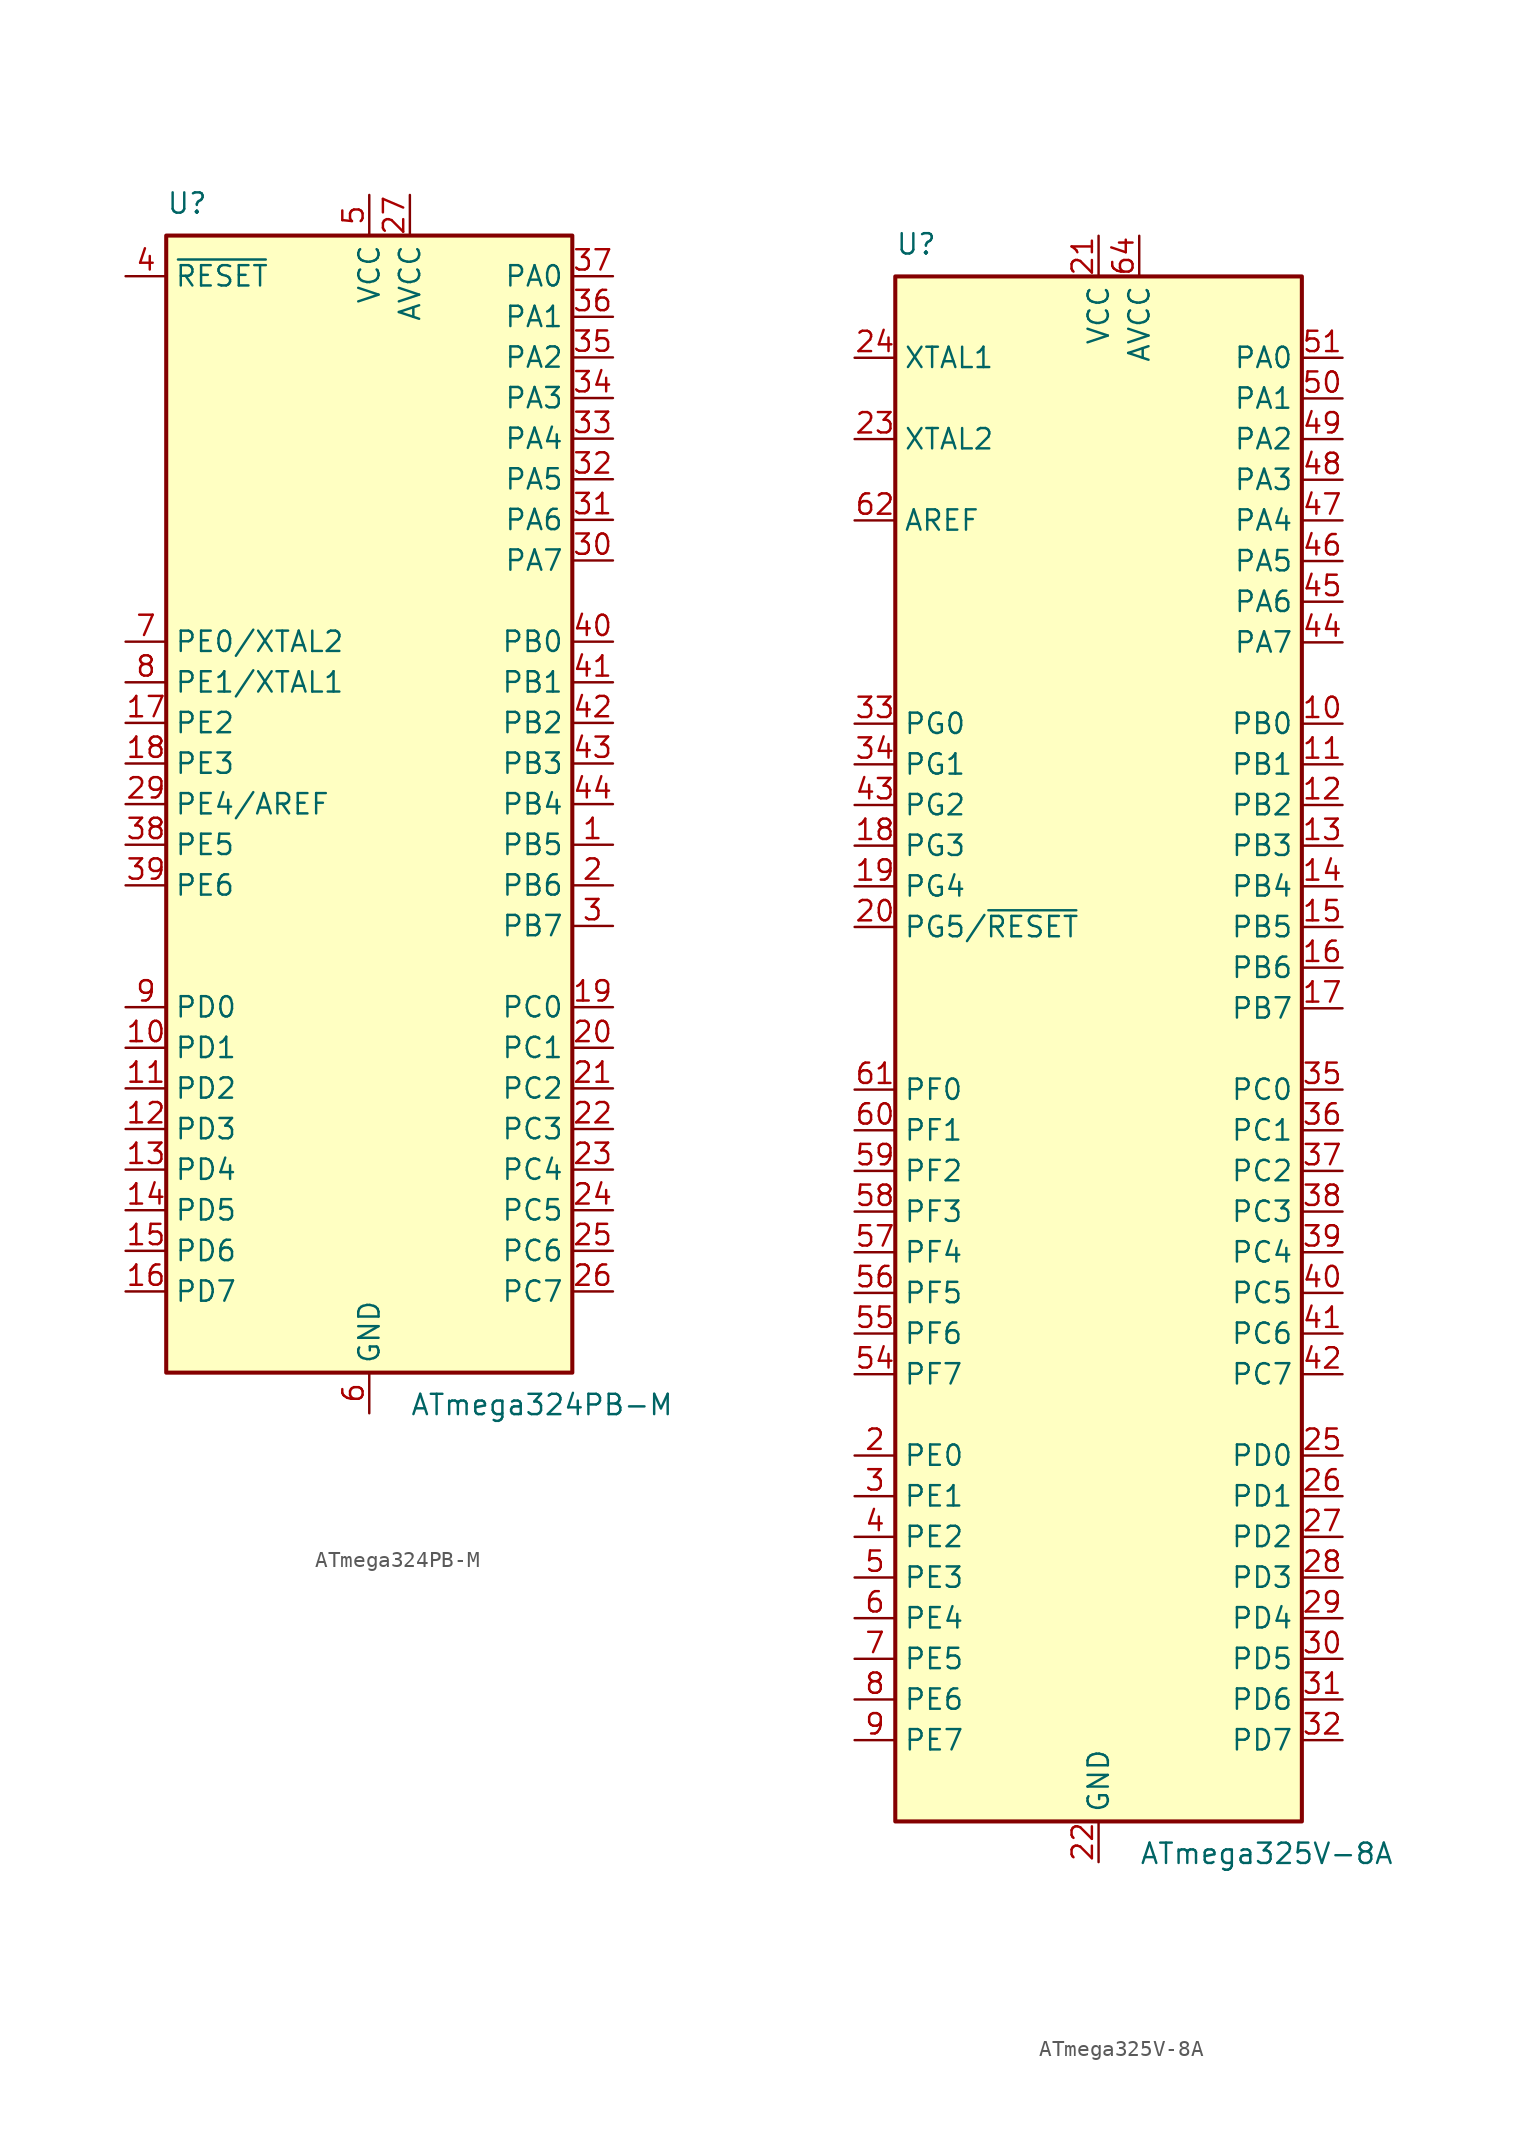
<source format=kicad_sym>
(kicad_symbol_lib
  (version 20201005)
  (generator kicad_symbol_editor)
  (symbol "ATmega324PB-M"
    (property "Reference" "U"
      (at -12.7 36.83 0)
      (effects (font (size 1.27 1.27)) (justify left bottom)))
    (property "Value" "ATmega324PB-M"
      (at 2.54 -36.83 0)
      (effects (font (size 1.27 1.27)) (justify left top)))
    (symbol "ATmega324PB-M_0_1"
      (rectangle (start -12.7 -35.56) (end 12.7 35.56) (stroke (width 0.254)) (fill (type background))))
    (symbol "ATmega324PB-M_1_1"
      (pin bidirectional line (at 15.24 -2.54 180) (length 2.54) (name "PB5" (effects (font (size 1.27 1.27)))) (number "1" (effects (font (size 1.27 1.27)))))
      (pin bidirectional line (at -15.24 -15.24 0) (length 2.54) (name "PD1" (effects (font (size 1.27 1.27)))) (number "10" (effects (font (size 1.27 1.27)))))
      (pin bidirectional line (at -15.24 -17.78 0) (length 2.54) (name "PD2" (effects (font (size 1.27 1.27)))) (number "11" (effects (font (size 1.27 1.27)))))
      (pin bidirectional line (at -15.24 -20.32 0) (length 2.54) (name "PD3" (effects (font (size 1.27 1.27)))) (number "12" (effects (font (size 1.27 1.27)))))
      (pin bidirectional line (at -15.24 -22.86 0) (length 2.54) (name "PD4" (effects (font (size 1.27 1.27)))) (number "13" (effects (font (size 1.27 1.27)))))
      (pin bidirectional line (at -15.24 -25.4 0) (length 2.54) (name "PD5" (effects (font (size 1.27 1.27)))) (number "14" (effects (font (size 1.27 1.27)))))
      (pin bidirectional line (at -15.24 -27.94 0) (length 2.54) (name "PD6" (effects (font (size 1.27 1.27)))) (number "15" (effects (font (size 1.27 1.27)))))
      (pin bidirectional line (at -15.24 -30.48 0) (length 2.54) (name "PD7" (effects (font (size 1.27 1.27)))) (number "16" (effects (font (size 1.27 1.27)))))
      (pin bidirectional line (at -15.24 5.08 0) (length 2.54) (name "PE2" (effects (font (size 1.27 1.27)))) (number "17" (effects (font (size 1.27 1.27)))))
      (pin bidirectional line (at -15.24 2.54 0) (length 2.54) (name "PE3" (effects (font (size 1.27 1.27)))) (number "18" (effects (font (size 1.27 1.27)))))
      (pin bidirectional line (at 15.24 -12.7 180) (length 2.54) (name "PC0" (effects (font (size 1.27 1.27)))) (number "19" (effects (font (size 1.27 1.27)))))
      (pin bidirectional line (at 15.24 -5.08 180) (length 2.54) (name "PB6" (effects (font (size 1.27 1.27)))) (number "2" (effects (font (size 1.27 1.27)))))
      (pin bidirectional line (at 15.24 -15.24 180) (length 2.54) (name "PC1" (effects (font (size 1.27 1.27)))) (number "20" (effects (font (size 1.27 1.27)))))
      (pin bidirectional line (at 15.24 -17.78 180) (length 2.54) (name "PC2" (effects (font (size 1.27 1.27)))) (number "21" (effects (font (size 1.27 1.27)))))
      (pin bidirectional line (at 15.24 -20.32 180) (length 2.54) (name "PC3" (effects (font (size 1.27 1.27)))) (number "22" (effects (font (size 1.27 1.27)))))
      (pin bidirectional line (at 15.24 -22.86 180) (length 2.54) (name "PC4" (effects (font (size 1.27 1.27)))) (number "23" (effects (font (size 1.27 1.27)))))
      (pin bidirectional line (at 15.24 -25.4 180) (length 2.54) (name "PC5" (effects (font (size 1.27 1.27)))) (number "24" (effects (font (size 1.27 1.27)))))
      (pin bidirectional line (at 15.24 -27.94 180) (length 2.54) (name "PC6" (effects (font (size 1.27 1.27)))) (number "25" (effects (font (size 1.27 1.27)))))
      (pin bidirectional line (at 15.24 -30.48 180) (length 2.54) (name "PC7" (effects (font (size 1.27 1.27)))) (number "26" (effects (font (size 1.27 1.27)))))
      (pin power_in line (at 2.54 38.1 270) (length 2.54) (name "AVCC" (effects (font (size 1.27 1.27)))) (number "27" (effects (font (size 1.27 1.27)))))
      (pin passive line (at 0 -38.1 90) (length 2.54) hide (name "GND" (effects (font (size 1.27 1.27)))) (number "28" (effects (font (size 1.27 1.27)))))
      (pin bidirectional line (at -15.24 0 0) (length 2.54) (name "PE4/AREF" (effects (font (size 1.27 1.27)))) (number "29" (effects (font (size 1.27 1.27)))))
      (pin bidirectional line (at 15.24 -7.62 180) (length 2.54) (name "PB7" (effects (font (size 1.27 1.27)))) (number "3" (effects (font (size 1.27 1.27)))))
      (pin bidirectional line (at 15.24 15.24 180) (length 2.54) (name "PA7" (effects (font (size 1.27 1.27)))) (number "30" (effects (font (size 1.27 1.27)))))
      (pin bidirectional line (at 15.24 17.78 180) (length 2.54) (name "PA6" (effects (font (size 1.27 1.27)))) (number "31" (effects (font (size 1.27 1.27)))))
      (pin bidirectional line (at 15.24 20.32 180) (length 2.54) (name "PA5" (effects (font (size 1.27 1.27)))) (number "32" (effects (font (size 1.27 1.27)))))
      (pin bidirectional line (at 15.24 22.86 180) (length 2.54) (name "PA4" (effects (font (size 1.27 1.27)))) (number "33" (effects (font (size 1.27 1.27)))))
      (pin bidirectional line (at 15.24 25.4 180) (length 2.54) (name "PA3" (effects (font (size 1.27 1.27)))) (number "34" (effects (font (size 1.27 1.27)))))
      (pin bidirectional line (at 15.24 27.94 180) (length 2.54) (name "PA2" (effects (font (size 1.27 1.27)))) (number "35" (effects (font (size 1.27 1.27)))))
      (pin bidirectional line (at 15.24 30.48 180) (length 2.54) (name "PA1" (effects (font (size 1.27 1.27)))) (number "36" (effects (font (size 1.27 1.27)))))
      (pin bidirectional line (at 15.24 33.02 180) (length 2.54) (name "PA0" (effects (font (size 1.27 1.27)))) (number "37" (effects (font (size 1.27 1.27)))))
      (pin bidirectional line (at -15.24 -2.54 0) (length 2.54) (name "PE5" (effects (font (size 1.27 1.27)))) (number "38" (effects (font (size 1.27 1.27)))))
      (pin bidirectional line (at -15.24 -5.08 0) (length 2.54) (name "PE6" (effects (font (size 1.27 1.27)))) (number "39" (effects (font (size 1.27 1.27)))))
      (pin input line (at -15.24 33.02 0) (length 2.54) (name "~RESET" (effects (font (size 1.27 1.27)))) (number "4" (effects (font (size 1.27 1.27)))))
      (pin bidirectional line (at 15.24 10.16 180) (length 2.54) (name "PB0" (effects (font (size 1.27 1.27)))) (number "40" (effects (font (size 1.27 1.27)))))
      (pin bidirectional line (at 15.24 7.62 180) (length 2.54) (name "PB1" (effects (font (size 1.27 1.27)))) (number "41" (effects (font (size 1.27 1.27)))))
      (pin bidirectional line (at 15.24 5.08 180) (length 2.54) (name "PB2" (effects (font (size 1.27 1.27)))) (number "42" (effects (font (size 1.27 1.27)))))
      (pin bidirectional line (at 15.24 2.54 180) (length 2.54) (name "PB3" (effects (font (size 1.27 1.27)))) (number "43" (effects (font (size 1.27 1.27)))))
      (pin bidirectional line (at 15.24 0 180) (length 2.54) (name "PB4" (effects (font (size 1.27 1.27)))) (number "44" (effects (font (size 1.27 1.27)))))
      (pin passive line (at 0 -38.1 90) (length 2.54) hide (name "GND" (effects (font (size 1.27 1.27)))) (number "45" (effects (font (size 1.27 1.27)))))
      (pin power_in line (at 0 38.1 270) (length 2.54) (name "VCC" (effects (font (size 1.27 1.27)))) (number "5" (effects (font (size 1.27 1.27)))))
      (pin power_in line (at 0 -38.1 90) (length 2.54) (name "GND" (effects (font (size 1.27 1.27)))) (number "6" (effects (font (size 1.27 1.27)))))
      (pin bidirectional line (at -15.24 10.16 0) (length 2.54) (name "PE0/XTAL2" (effects (font (size 1.27 1.27)))) (number "7" (effects (font (size 1.27 1.27)))))
      (pin bidirectional line (at -15.24 7.62 0) (length 2.54) (name "PE1/XTAL1" (effects (font (size 1.27 1.27)))) (number "8" (effects (font (size 1.27 1.27)))))
      (pin bidirectional line (at -15.24 -12.7 0) (length 2.54) (name "PD0" (effects (font (size 1.27 1.27)))) (number "9" (effects (font (size 1.27 1.27)))))))
  (symbol "ATmega325V-8A"
    (property "Reference" "U"
      (at -12.7 49.53 0)
      (effects (font (size 1.27 1.27)) (justify left bottom)))
    (property "Value" "ATmega325V-8A"
      (at 2.54 -49.53 0)
      (effects (font (size 1.27 1.27)) (justify left top)))
    (symbol "ATmega325V-8A_0_1"
      (rectangle (start -12.7 -48.26) (end 12.7 48.26) (stroke (width 0.254)) (fill (type background))))
    (symbol "ATmega325V-8A_1_1"
      (pin no_connect line (at -12.7 -45.72 0) (length 2.54) hide (name "NC" (effects (font (size 1.27 1.27)))) (number "1" (effects (font (size 1.27 1.27)))))
      (pin bidirectional line (at 15.24 20.32 180) (length 2.54) (name "PB0" (effects (font (size 1.27 1.27)))) (number "10" (effects (font (size 1.27 1.27)))))
      (pin bidirectional line (at 15.24 17.78 180) (length 2.54) (name "PB1" (effects (font (size 1.27 1.27)))) (number "11" (effects (font (size 1.27 1.27)))))
      (pin bidirectional line (at 15.24 15.24 180) (length 2.54) (name "PB2" (effects (font (size 1.27 1.27)))) (number "12" (effects (font (size 1.27 1.27)))))
      (pin bidirectional line (at 15.24 12.7 180) (length 2.54) (name "PB3" (effects (font (size 1.27 1.27)))) (number "13" (effects (font (size 1.27 1.27)))))
      (pin bidirectional line (at 15.24 10.16 180) (length 2.54) (name "PB4" (effects (font (size 1.27 1.27)))) (number "14" (effects (font (size 1.27 1.27)))))
      (pin bidirectional line (at 15.24 7.62 180) (length 2.54) (name "PB5" (effects (font (size 1.27 1.27)))) (number "15" (effects (font (size 1.27 1.27)))))
      (pin bidirectional line (at 15.24 5.08 180) (length 2.54) (name "PB6" (effects (font (size 1.27 1.27)))) (number "16" (effects (font (size 1.27 1.27)))))
      (pin bidirectional line (at 15.24 2.54 180) (length 2.54) (name "PB7" (effects (font (size 1.27 1.27)))) (number "17" (effects (font (size 1.27 1.27)))))
      (pin bidirectional line (at -15.24 12.7 0) (length 2.54) (name "PG3" (effects (font (size 1.27 1.27)))) (number "18" (effects (font (size 1.27 1.27)))))
      (pin bidirectional line (at -15.24 10.16 0) (length 2.54) (name "PG4" (effects (font (size 1.27 1.27)))) (number "19" (effects (font (size 1.27 1.27)))))
      (pin bidirectional line (at -15.24 -25.4 0) (length 2.54) (name "PE0" (effects (font (size 1.27 1.27)))) (number "2" (effects (font (size 1.27 1.27)))))
      (pin bidirectional line (at -15.24 7.62 0) (length 2.54) (name "PG5/~RESET" (effects (font (size 1.27 1.27)))) (number "20" (effects (font (size 1.27 1.27)))))
      (pin power_in line (at 0 50.8 270) (length 2.54) (name "VCC" (effects (font (size 1.27 1.27)))) (number "21" (effects (font (size 1.27 1.27)))))
      (pin power_in line (at 0 -50.8 90) (length 2.54) (name "GND" (effects (font (size 1.27 1.27)))) (number "22" (effects (font (size 1.27 1.27)))))
      (pin output line (at -15.24 38.1 0) (length 2.54) (name "XTAL2" (effects (font (size 1.27 1.27)))) (number "23" (effects (font (size 1.27 1.27)))))
      (pin input line (at -15.24 43.18 0) (length 2.54) (name "XTAL1" (effects (font (size 1.27 1.27)))) (number "24" (effects (font (size 1.27 1.27)))))
      (pin bidirectional line (at 15.24 -25.4 180) (length 2.54) (name "PD0" (effects (font (size 1.27 1.27)))) (number "25" (effects (font (size 1.27 1.27)))))
      (pin bidirectional line (at 15.24 -27.94 180) (length 2.54) (name "PD1" (effects (font (size 1.27 1.27)))) (number "26" (effects (font (size 1.27 1.27)))))
      (pin bidirectional line (at 15.24 -30.48 180) (length 2.54) (name "PD2" (effects (font (size 1.27 1.27)))) (number "27" (effects (font (size 1.27 1.27)))))
      (pin bidirectional line (at 15.24 -33.02 180) (length 2.54) (name "PD3" (effects (font (size 1.27 1.27)))) (number "28" (effects (font (size 1.27 1.27)))))
      (pin bidirectional line (at 15.24 -35.56 180) (length 2.54) (name "PD4" (effects (font (size 1.27 1.27)))) (number "29" (effects (font (size 1.27 1.27)))))
      (pin bidirectional line (at -15.24 -27.94 0) (length 2.54) (name "PE1" (effects (font (size 1.27 1.27)))) (number "3" (effects (font (size 1.27 1.27)))))
      (pin bidirectional line (at 15.24 -38.1 180) (length 2.54) (name "PD5" (effects (font (size 1.27 1.27)))) (number "30" (effects (font (size 1.27 1.27)))))
      (pin bidirectional line (at 15.24 -40.64 180) (length 2.54) (name "PD6" (effects (font (size 1.27 1.27)))) (number "31" (effects (font (size 1.27 1.27)))))
      (pin bidirectional line (at 15.24 -43.18 180) (length 2.54) (name "PD7" (effects (font (size 1.27 1.27)))) (number "32" (effects (font (size 1.27 1.27)))))
      (pin bidirectional line (at -15.24 20.32 0) (length 2.54) (name "PG0" (effects (font (size 1.27 1.27)))) (number "33" (effects (font (size 1.27 1.27)))))
      (pin bidirectional line (at -15.24 17.78 0) (length 2.54) (name "PG1" (effects (font (size 1.27 1.27)))) (number "34" (effects (font (size 1.27 1.27)))))
      (pin bidirectional line (at 15.24 -2.54 180) (length 2.54) (name "PC0" (effects (font (size 1.27 1.27)))) (number "35" (effects (font (size 1.27 1.27)))))
      (pin bidirectional line (at 15.24 -5.08 180) (length 2.54) (name "PC1" (effects (font (size 1.27 1.27)))) (number "36" (effects (font (size 1.27 1.27)))))
      (pin bidirectional line (at 15.24 -7.62 180) (length 2.54) (name "PC2" (effects (font (size 1.27 1.27)))) (number "37" (effects (font (size 1.27 1.27)))))
      (pin bidirectional line (at 15.24 -10.16 180) (length 2.54) (name "PC3" (effects (font (size 1.27 1.27)))) (number "38" (effects (font (size 1.27 1.27)))))
      (pin bidirectional line (at 15.24 -12.7 180) (length 2.54) (name "PC4" (effects (font (size 1.27 1.27)))) (number "39" (effects (font (size 1.27 1.27)))))
      (pin bidirectional line (at -15.24 -30.48 0) (length 2.54) (name "PE2" (effects (font (size 1.27 1.27)))) (number "4" (effects (font (size 1.27 1.27)))))
      (pin bidirectional line (at 15.24 -15.24 180) (length 2.54) (name "PC5" (effects (font (size 1.27 1.27)))) (number "40" (effects (font (size 1.27 1.27)))))
      (pin bidirectional line (at 15.24 -17.78 180) (length 2.54) (name "PC6" (effects (font (size 1.27 1.27)))) (number "41" (effects (font (size 1.27 1.27)))))
      (pin bidirectional line (at 15.24 -20.32 180) (length 2.54) (name "PC7" (effects (font (size 1.27 1.27)))) (number "42" (effects (font (size 1.27 1.27)))))
      (pin bidirectional line (at -15.24 15.24 0) (length 2.54) (name "PG2" (effects (font (size 1.27 1.27)))) (number "43" (effects (font (size 1.27 1.27)))))
      (pin bidirectional line (at 15.24 25.4 180) (length 2.54) (name "PA7" (effects (font (size 1.27 1.27)))) (number "44" (effects (font (size 1.27 1.27)))))
      (pin bidirectional line (at 15.24 27.94 180) (length 2.54) (name "PA6" (effects (font (size 1.27 1.27)))) (number "45" (effects (font (size 1.27 1.27)))))
      (pin bidirectional line (at 15.24 30.48 180) (length 2.54) (name "PA5" (effects (font (size 1.27 1.27)))) (number "46" (effects (font (size 1.27 1.27)))))
      (pin bidirectional line (at 15.24 33.02 180) (length 2.54) (name "PA4" (effects (font (size 1.27 1.27)))) (number "47" (effects (font (size 1.27 1.27)))))
      (pin bidirectional line (at 15.24 35.56 180) (length 2.54) (name "PA3" (effects (font (size 1.27 1.27)))) (number "48" (effects (font (size 1.27 1.27)))))
      (pin bidirectional line (at 15.24 38.1 180) (length 2.54) (name "PA2" (effects (font (size 1.27 1.27)))) (number "49" (effects (font (size 1.27 1.27)))))
      (pin bidirectional line (at -15.24 -33.02 0) (length 2.54) (name "PE3" (effects (font (size 1.27 1.27)))) (number "5" (effects (font (size 1.27 1.27)))))
      (pin bidirectional line (at 15.24 40.64 180) (length 2.54) (name "PA1" (effects (font (size 1.27 1.27)))) (number "50" (effects (font (size 1.27 1.27)))))
      (pin bidirectional line (at 15.24 43.18 180) (length 2.54) (name "PA0" (effects (font (size 1.27 1.27)))) (number "51" (effects (font (size 1.27 1.27)))))
      (pin passive line (at 0 50.8 270) (length 2.54) hide (name "VCC" (effects (font (size 1.27 1.27)))) (number "52" (effects (font (size 1.27 1.27)))))
      (pin passive line (at 0 -50.8 90) (length 2.54) hide (name "GND" (effects (font (size 1.27 1.27)))) (number "53" (effects (font (size 1.27 1.27)))))
      (pin bidirectional line (at -15.24 -20.32 0) (length 2.54) (name "PF7" (effects (font (size 1.27 1.27)))) (number "54" (effects (font (size 1.27 1.27)))))
      (pin bidirectional line (at -15.24 -17.78 0) (length 2.54) (name "PF6" (effects (font (size 1.27 1.27)))) (number "55" (effects (font (size 1.27 1.27)))))
      (pin bidirectional line (at -15.24 -15.24 0) (length 2.54) (name "PF5" (effects (font (size 1.27 1.27)))) (number "56" (effects (font (size 1.27 1.27)))))
      (pin bidirectional line (at -15.24 -12.7 0) (length 2.54) (name "PF4" (effects (font (size 1.27 1.27)))) (number "57" (effects (font (size 1.27 1.27)))))
      (pin bidirectional line (at -15.24 -10.16 0) (length 2.54) (name "PF3" (effects (font (size 1.27 1.27)))) (number "58" (effects (font (size 1.27 1.27)))))
      (pin bidirectional line (at -15.24 -7.62 0) (length 2.54) (name "PF2" (effects (font (size 1.27 1.27)))) (number "59" (effects (font (size 1.27 1.27)))))
      (pin bidirectional line (at -15.24 -35.56 0) (length 2.54) (name "PE4" (effects (font (size 1.27 1.27)))) (number "6" (effects (font (size 1.27 1.27)))))
      (pin bidirectional line (at -15.24 -5.08 0) (length 2.54) (name "PF1" (effects (font (size 1.27 1.27)))) (number "60" (effects (font (size 1.27 1.27)))))
      (pin bidirectional line (at -15.24 -2.54 0) (length 2.54) (name "PF0" (effects (font (size 1.27 1.27)))) (number "61" (effects (font (size 1.27 1.27)))))
      (pin passive line (at -15.24 33.02 0) (length 2.54) (name "AREF" (effects (font (size 1.27 1.27)))) (number "62" (effects (font (size 1.27 1.27)))))
      (pin passive line (at 0 -50.8 90) (length 2.54) hide (name "GND" (effects (font (size 1.27 1.27)))) (number "63" (effects (font (size 1.27 1.27)))))
      (pin power_in line (at 2.54 50.8 270) (length 2.54) (name "AVCC" (effects (font (size 1.27 1.27)))) (number "64" (effects (font (size 1.27 1.27)))))
      (pin bidirectional line (at -15.24 -38.1 0) (length 2.54) (name "PE5" (effects (font (size 1.27 1.27)))) (number "7" (effects (font (size 1.27 1.27)))))
      (pin bidirectional line (at -15.24 -40.64 0) (length 2.54) (name "PE6" (effects (font (size 1.27 1.27)))) (number "8" (effects (font (size 1.27 1.27)))))
      (pin bidirectional line (at -15.24 -43.18 0) (length 2.54) (name "PE7" (effects (font (size 1.27 1.27)))) (number "9" (effects (font (size 1.27 1.27))))))))
</source>
